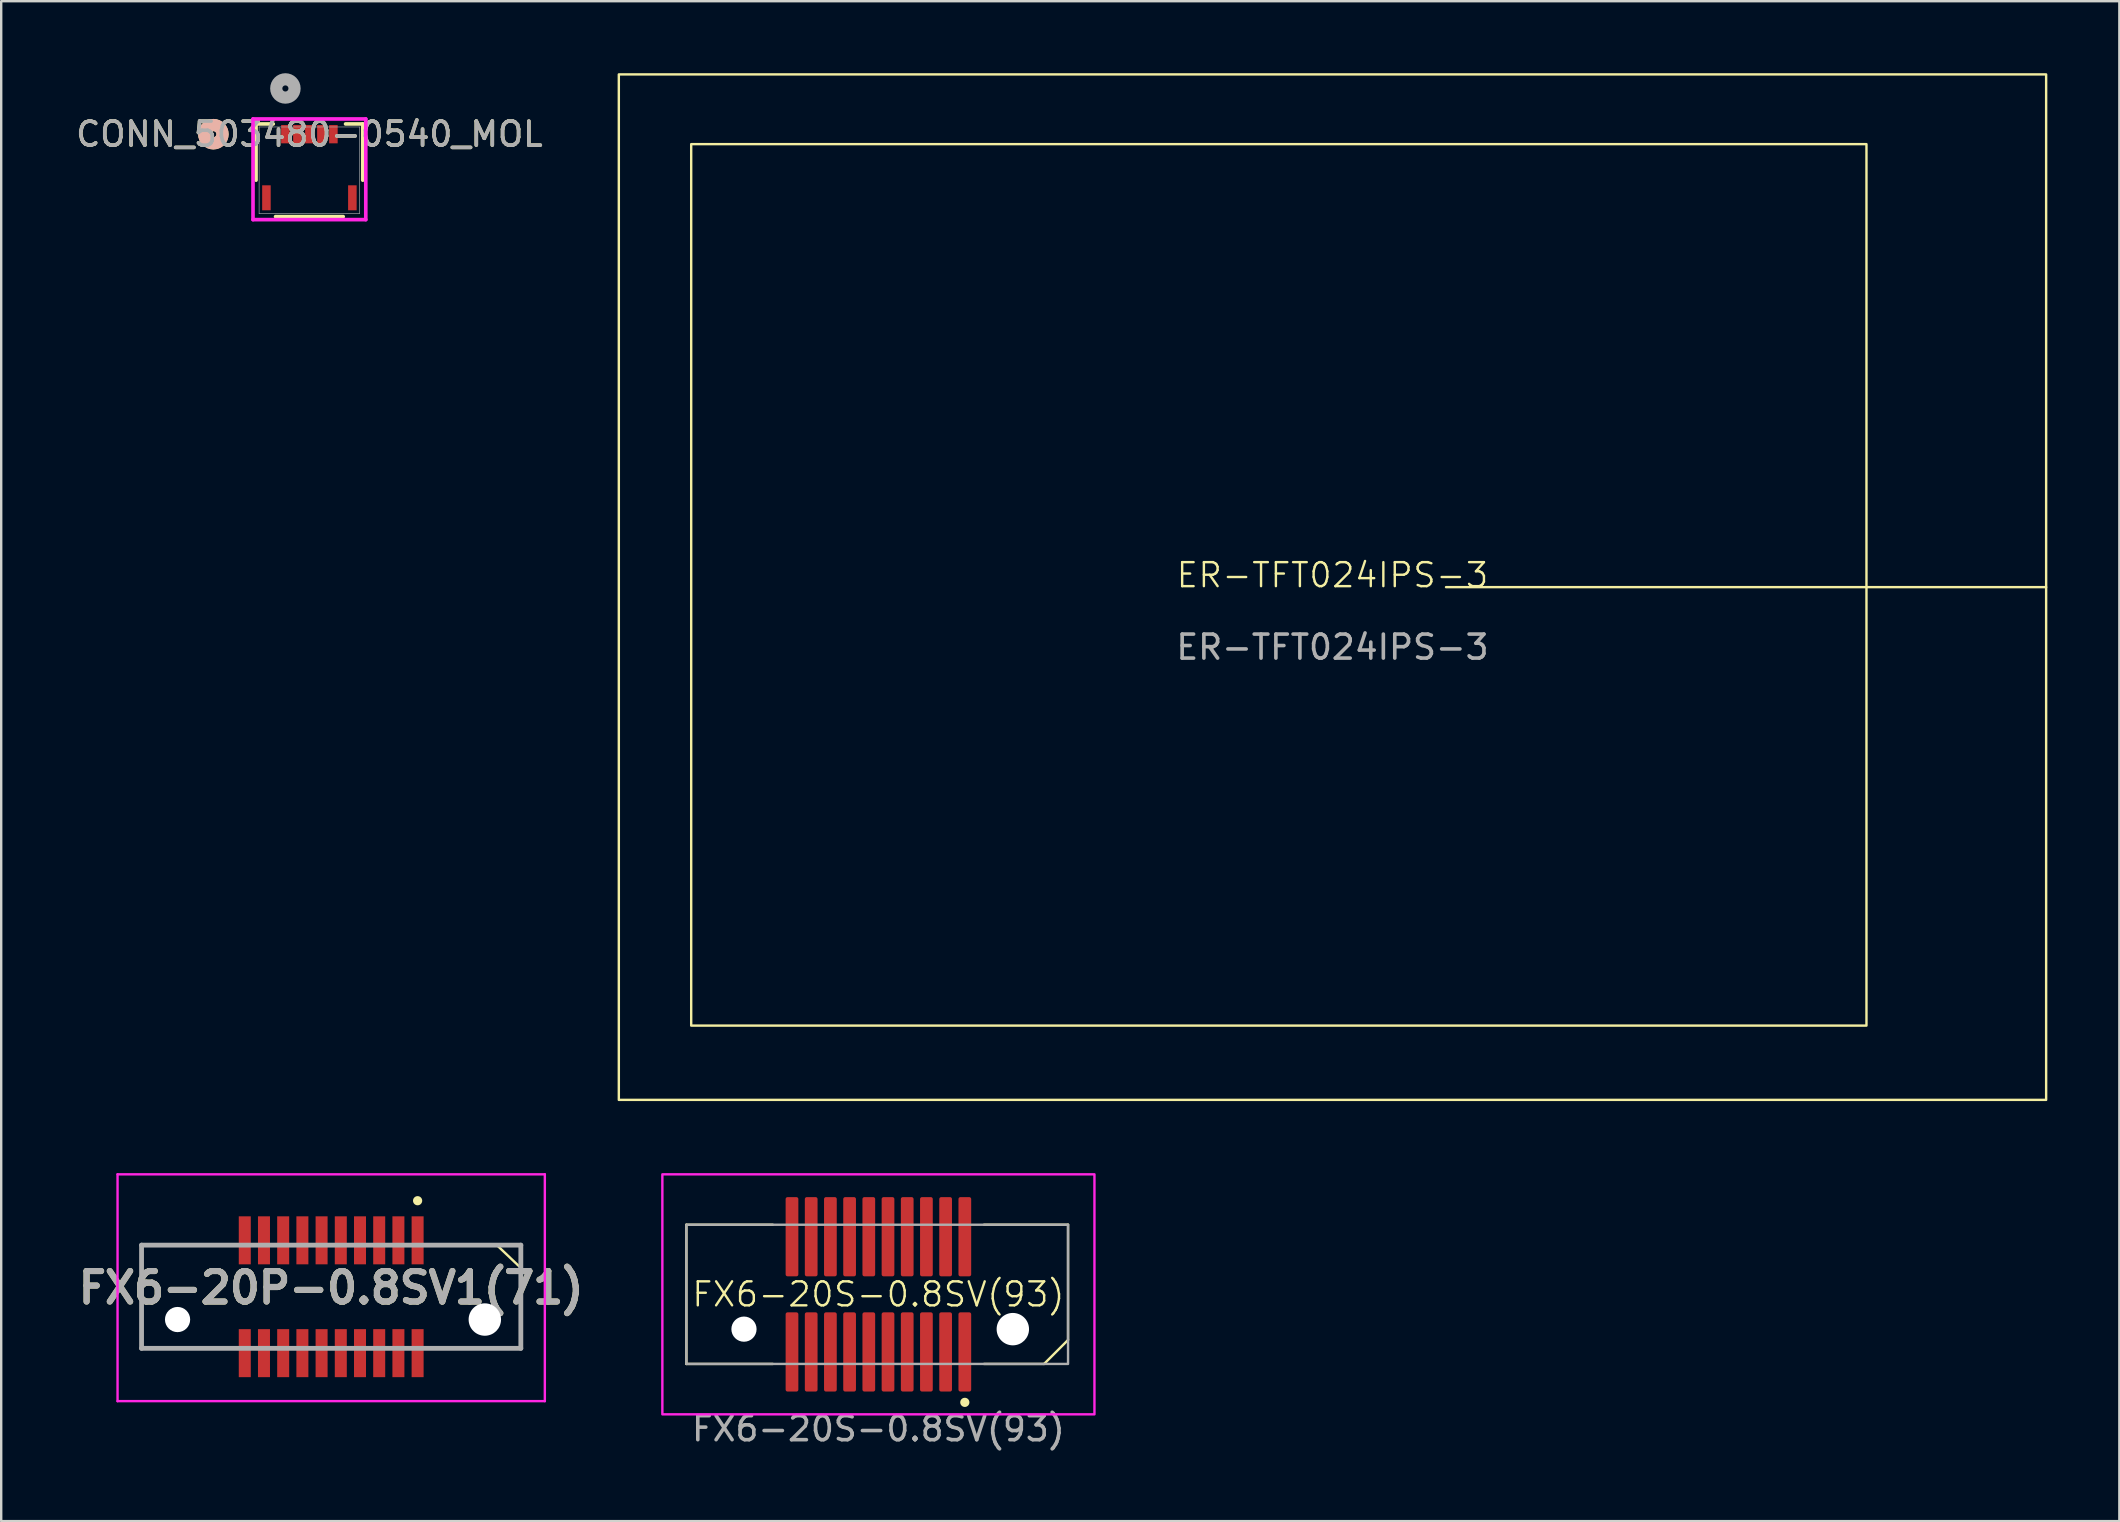
<source format=kicad_pcb>
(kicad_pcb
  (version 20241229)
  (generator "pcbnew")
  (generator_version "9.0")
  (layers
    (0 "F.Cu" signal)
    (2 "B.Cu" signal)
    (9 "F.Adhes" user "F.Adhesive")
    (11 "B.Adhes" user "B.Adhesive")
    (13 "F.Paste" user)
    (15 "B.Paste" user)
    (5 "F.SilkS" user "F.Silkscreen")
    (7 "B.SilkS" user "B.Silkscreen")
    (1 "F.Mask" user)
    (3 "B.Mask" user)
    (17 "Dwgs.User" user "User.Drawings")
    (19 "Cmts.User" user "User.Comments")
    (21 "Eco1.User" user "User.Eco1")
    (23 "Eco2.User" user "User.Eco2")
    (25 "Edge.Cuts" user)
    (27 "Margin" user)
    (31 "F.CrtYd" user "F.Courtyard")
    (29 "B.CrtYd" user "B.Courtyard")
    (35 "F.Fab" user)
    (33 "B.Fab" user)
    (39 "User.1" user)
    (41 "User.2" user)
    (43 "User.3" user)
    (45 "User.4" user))
  (footprint "FX6-20S-0.8SV(93)"
    (layer "F.Cu")
    (at 33.543 50.87)
    (property "Reference" "FX6-20S-0.8SV(93)" (at 0 0 0) (unlocked yes) (layer "F.SilkS") (effects (font (size 1 1) (thickness 0.1))))
    (attr smd)
    (fp_line (start -8 -2.9) (end -4.4 -2.9) (stroke (width 0.1) (type solid)) (layer "F.SilkS"))
    (fp_line (start -8 2.9) (end -8 -2.9) (stroke (width 0.1) (type default)) (layer "F.SilkS"))
    (fp_line (start -8 2.9) (end -4.4 2.9) (stroke (width 0.1) (type default)) (layer "F.SilkS"))
    (fp_line (start 4.4 -2.9) (end 7.9 -2.9) (stroke (width 0.1) (type solid)) (layer "F.SilkS"))
    (fp_line (start 4.4 2.9) (end 6.9 2.9) (stroke (width 0.1) (type default)) (layer "F.SilkS"))
    (fp_line (start 6.9 2.9) (end 7.9 1.9) (stroke (width 0.1) (type default)) (layer "F.SilkS"))
    (fp_line (start 7.9 1.9) (end 7.9 -2.9) (stroke (width 0.1) (type default)) (layer "F.SilkS"))
    (fp_circle (center 3.6 4.5) (end 3.7 4.6) (stroke (width 0.1) (type solid)) (fill yes) (layer "F.SilkS"))
    (fp_rect (start -9 -5) (end 9 5) (stroke (width 0.1) (type solid)) (fill no) (layer "F.CrtYd"))
    (fp_rect (start -8 -2.9) (end 7.9 2.9) (stroke (width 0.1) (type solid)) (fill no) (layer "F.Fab"))
    (fp_text user "${REFERENCE}" (at 0 5.6 0) (unlocked yes) (layer "F.Fab") (effects (font (size 1 1) (thickness 0.15))))
    (pad "" np_thru_hole circle (at -5.6 1.45) (size 1.05 1.05) (drill 1.05) (layers "*.Cu" "*.Mask"))
    (pad "" np_thru_hole circle (at 5.6 1.45) (size 1.35 1.35) (drill 1.35) (layers "*.Cu" "*.Mask"))
    (pad "1" smd roundrect (at 3.6 2.4) (size 0.53 3.3) (layers "F.Cu" "F.Mask" "F.Paste") (roundrect_rratio 0.15))
    (pad "2" smd roundrect (at 3.6 -2.4) (size 0.53 3.3) (layers "F.Cu" "F.Mask" "F.Paste") (roundrect_rratio 0.15))
    (pad "3" smd roundrect (at 2.8 2.4) (size 0.53 3.3) (layers "F.Cu" "F.Mask" "F.Paste") (roundrect_rratio 0.15))
    (pad "4" smd roundrect (at 2.8 -2.4) (size 0.53 3.3) (layers "F.Cu" "F.Mask" "F.Paste") (roundrect_rratio 0.15))
    (pad "5" smd roundrect (at 2 2.4) (size 0.53 3.3) (layers "F.Cu" "F.Mask" "F.Paste") (roundrect_rratio 0.15))
    (pad "6" smd roundrect (at 2 -2.4) (size 0.53 3.3) (layers "F.Cu" "F.Mask" "F.Paste") (roundrect_rratio 0.15))
    (pad "7" smd roundrect (at 1.2 2.4) (size 0.53 3.3) (layers "F.Cu" "F.Mask" "F.Paste") (roundrect_rratio 0.15))
    (pad "8" smd roundrect (at 1.2 -2.4) (size 0.53 3.3) (layers "F.Cu" "F.Mask" "F.Paste") (roundrect_rratio 0.15))
    (pad "9" smd roundrect (at 0.4 2.4) (size 0.53 3.3) (layers "F.Cu" "F.Mask" "F.Paste") (roundrect_rratio 0.15))
    (pad "10" smd roundrect (at 0.4 -2.4) (size 0.53 3.3) (layers "F.Cu" "F.Mask" "F.Paste") (roundrect_rratio 0.15))
    (pad "11" smd roundrect (at -0.4 2.4) (size 0.53 3.3) (layers "F.Cu" "F.Mask" "F.Paste") (roundrect_rratio 0.15))
    (pad "12" smd roundrect (at -0.4 -2.4) (size 0.53 3.3) (layers "F.Cu" "F.Mask" "F.Paste") (roundrect_rratio 0.15))
    (pad "13" smd roundrect (at -1.2 2.4) (size 0.53 3.3) (layers "F.Cu" "F.Mask" "F.Paste") (roundrect_rratio 0.15))
    (pad "14" smd roundrect (at -1.2 -2.4) (size 0.53 3.3) (layers "F.Cu" "F.Mask" "F.Paste") (roundrect_rratio 0.15))
    (pad "15" smd roundrect (at -2 2.4) (size 0.53 3.3) (layers "F.Cu" "F.Mask" "F.Paste") (roundrect_rratio 0.15))
    (pad "16" smd roundrect (at -2 -2.4) (size 0.53 3.3) (layers "F.Cu" "F.Mask" "F.Paste") (roundrect_rratio 0.15))
    (pad "17" smd roundrect (at -2.8 2.4) (size 0.53 3.3) (layers "F.Cu" "F.Mask" "F.Paste") (roundrect_rratio 0.15))
    (pad "18" smd roundrect (at -2.8 -2.4) (size 0.53 3.3) (layers "F.Cu" "F.Mask" "F.Paste") (roundrect_rratio 0.15))
    (pad "19" smd roundrect (at -3.6 2.4) (size 0.53 3.3) (layers "F.Cu" "F.Mask" "F.Paste") (roundrect_rratio 0.15))
    (pad "20" smd roundrect (at -3.6 -2.4) (size 0.53 3.3) (layers "F.Cu" "F.Mask" "F.Paste") (roundrect_rratio 0.15)))
  (footprint "CONN_503480-0540_MOL"
    (layer "F.Cu")
    (at 9.839 4.043)
    (property "Reference" "CONN_503480-0540_MOL" (at 0 -1.503 0) (unlocked yes) (layer "F.SilkS") (effects (font (size 1 1) (thickness 0.15))))
    (attr smd)
    (fp_line (start -2.223 -1.93) (end -2.223 0.412) (stroke (width 0.152) (type solid)) (layer "F.SilkS"))
    (fp_line (start -1.507 -1.93) (end -2.223 -1.93) (stroke (width 0.152) (type solid)) (layer "F.SilkS"))
    (fp_line (start -1.409 1.93) (end 1.409 1.93) (stroke (width 0.152) (type solid)) (layer "F.SilkS"))
    (fp_line (start 2.223 -1.93) (end 1.507 -1.93) (stroke (width 0.152) (type solid)) (layer "F.SilkS"))
    (fp_line (start 2.223 0.412) (end 2.223 -1.93) (stroke (width 0.152) (type solid)) (layer "F.SilkS"))
    (fp_circle (center -4 -1.503) (end -3.619 -1.503) (stroke (width 0.508) (type solid)) (fill no) (layer "F.SilkS"))
    (fp_circle (center -4 -1.503) (end -3.619 -1.503) (stroke (width 0.508) (type solid)) (fill no) (layer "B.SilkS"))
    (fp_line (start -2.349 -2.138) (end -2.349 2.057) (stroke (width 0.152) (type solid)) (layer "F.CrtYd"))
    (fp_line (start -2.349 2.057) (end 2.349 2.057) (stroke (width 0.152) (type solid)) (layer "F.CrtYd"))
    (fp_line (start 2.349 -2.138) (end -2.349 -2.138) (stroke (width 0.152) (type solid)) (layer "F.CrtYd"))
    (fp_line (start 2.349 2.057) (end 2.349 -2.138) (stroke (width 0.152) (type solid)) (layer "F.CrtYd"))
    (fp_line (start -2.095 -1.803) (end -2.095 1.803) (stroke (width 0.025) (type solid)) (layer "F.Fab"))
    (fp_line (start -2.095 1.803) (end 2.095 1.803) (stroke (width 0.025) (type solid)) (layer "F.Fab"))
    (fp_line (start 2.095 -1.803) (end -2.095 -1.803) (stroke (width 0.025) (type solid)) (layer "F.Fab"))
    (fp_line (start 2.095 1.803) (end 2.095 -1.803) (stroke (width 0.025) (type solid)) (layer "F.Fab"))
    (fp_circle (center -1 -3.408) (end -0.619 -3.408) (stroke (width 0.508) (type solid)) (fill no) (layer "F.Fab"))
    (fp_text user "${REFERENCE}" (at 0 -1.503 0) (unlocked yes) (layer "F.Fab") (effects (font (size 1 1) (thickness 0.15))))
    (pad "1" smd rect (at -1 -1.503) (size 0.356 0.762) (layers "F.Cu" "F.Mask" "F.Paste"))
    (pad "2" smd rect (at -0.5 -1.503) (size 0.356 0.762) (layers "F.Cu" "F.Mask" "F.Paste"))
    (pad "3" smd rect (at 0 -1.503) (size 0.356 0.762) (layers "F.Cu" "F.Mask" "F.Paste"))
    (pad "4" smd rect (at 0.5 -1.503) (size 0.356 0.762) (layers "F.Cu" "F.Mask" "F.Paste"))
    (pad "5" smd rect (at 1 -1.503) (size 0.356 0.762) (layers "F.Cu" "F.Mask" "F.Paste"))
    (pad "6" smd rect (at -1.79 1.147) (size 0.356 1.041) (layers "F.Cu" "F.Mask" "F.Paste"))
    (pad "7" smd rect (at 1.79 1.147) (size 0.356 1.041) (layers "F.Cu" "F.Mask" "F.Paste")))
  (footprint "ER-TFT024IPS-3"
    (layer "F.Cu")
    (at 52.459 21.41)
    (property "Reference" "ER-TFT024IPS-3" (at 0 -0.5 0) (unlocked yes) (layer "F.SilkS") (effects (font (size 1 1) (thickness 0.1))))
    (attr smd)
    (fp_line (start 29.73 0) (end 4.73 0) (stroke (width 0.1) (type solid)) (layer "F.SilkS"))
    (fp_rect (start -29.73 -21.36) (end 29.73 21.36) (stroke (width 0.1) (type solid)) (fill no) (layer "F.SilkS"))
    (fp_rect (start -26.715 -18.455) (end 22.245 18.265) (stroke (width 0.1) (type solid)) (fill no) (layer "F.SilkS"))
    (fp_text user "${REFERENCE}" (at 0 2.5 0) (unlocked yes) (layer "F.Fab") (effects (font (size 1 1) (thickness 0.15)))))
  (footprint "FX6-20P-0.8SV1(71)"
    (layer "F.Cu")
    (at 10.747 50.97)
    (property "Reference" "FX6-20P-0.8SV1(71)" (at 0 -0.375 0) (layer "F.SilkS") (effects (font (size 1.27 1.27) (thickness 0.254))))
    (attr through_hole)
    (fp_line (start -7.9 -2.15) (end -7.9 -2.15) (stroke (width 0.1) (type solid)) (layer "F.SilkS"))
    (fp_line (start -7.9 -2.15) (end -7.9 -2.15) (stroke (width 0.1) (type solid)) (layer "F.SilkS"))
    (fp_line (start -7.9 -2.15) (end -7.9 2.15) (stroke (width 0.1) (type solid)) (layer "F.SilkS"))
    (fp_line (start -7.9 -2.15) (end -4.5 -2.15) (stroke (width 0.1) (type solid)) (layer "F.SilkS"))
    (fp_line (start -7.9 2.15) (end -7.9 -2.15) (stroke (width 0.1) (type solid)) (layer "F.SilkS"))
    (fp_line (start -7.9 2.15) (end -7.9 2.15) (stroke (width 0.1) (type solid)) (layer "F.SilkS"))
    (fp_line (start -7.9 2.15) (end -7.9 2.15) (stroke (width 0.1) (type solid)) (layer "F.SilkS"))
    (fp_line (start -7.9 2.15) (end -4.5 2.15) (stroke (width 0.1) (type solid)) (layer "F.SilkS"))
    (fp_line (start -4.5 -2.15) (end -7.9 -2.15) (stroke (width 0.1) (type solid)) (layer "F.SilkS"))
    (fp_line (start -4.5 -2.15) (end -4.5 -2.15) (stroke (width 0.1) (type solid)) (layer "F.SilkS"))
    (fp_line (start -4.5 2.15) (end -7.9 2.15) (stroke (width 0.1) (type solid)) (layer "F.SilkS"))
    (fp_line (start -4.5 2.15) (end -4.5 2.15) (stroke (width 0.1) (type solid)) (layer "F.SilkS"))
    (fp_line (start 4.5 -2.15) (end 4.5 -2.15) (stroke (width 0.1) (type solid)) (layer "F.SilkS"))
    (fp_line (start 4.5 -2.15) (end 6.9 -2.15) (stroke (width 0.1) (type solid)) (layer "F.SilkS"))
    (fp_line (start 4.5 2.15) (end 4.5 2.15) (stroke (width 0.1) (type solid)) (layer "F.SilkS"))
    (fp_line (start 4.5 2.15) (end 7.9 2.15) (stroke (width 0.1) (type solid)) (layer "F.SilkS"))
    (fp_line (start 6.9 -2.15) (end 4.5 -2.15) (stroke (width 0.1) (type solid)) (layer "F.SilkS"))
    (fp_line (start 6.9 -2.15) (end 7.9 -1.2) (stroke (width 0.1) (type default)) (layer "F.SilkS"))
    (fp_line (start 7.9 -1.2) (end 7.9 2.15) (stroke (width 0.1) (type solid)) (layer "F.SilkS"))
    (fp_line (start 7.9 2.15) (end 4.5 2.15) (stroke (width 0.1) (type solid)) (layer "F.SilkS"))
    (fp_line (start 7.9 2.15) (end 7.9 -1.2) (stroke (width 0.1) (type solid)) (layer "F.SilkS"))
    (fp_line (start 7.9 2.15) (end 7.9 2.15) (stroke (width 0.1) (type solid)) (layer "F.SilkS"))
    (fp_line (start 7.9 2.15) (end 7.9 2.15) (stroke (width 0.1) (type solid)) (layer "F.SilkS"))
    (fp_circle (center 3.6 -4) (end 3.7 -3.9) (stroke (width 0.1) (type solid)) (fill yes) (layer "F.SilkS"))
    (fp_line (start -8.9 -5.1) (end 8.9 -5.1) (stroke (width 0.1) (type solid)) (layer "F.CrtYd"))
    (fp_line (start -8.9 4.35) (end -8.9 -5.1) (stroke (width 0.1) (type solid)) (layer "F.CrtYd"))
    (fp_line (start 8.9 -5.1) (end 8.9 4.35) (stroke (width 0.1) (type solid)) (layer "F.CrtYd"))
    (fp_line (start 8.9 4.35) (end -8.9 4.35) (stroke (width 0.1) (type solid)) (layer "F.CrtYd"))
    (fp_line (start -7.9 -2.15) (end -7.9 2.15) (stroke (width 0.2) (type solid)) (layer "F.Fab"))
    (fp_line (start -7.9 2.15) (end 7.9 2.15) (stroke (width 0.2) (type solid)) (layer "F.Fab"))
    (fp_line (start 7.9 -2.15) (end -7.9 -2.15) (stroke (width 0.2) (type solid)) (layer "F.Fab"))
    (fp_line (start 7.9 2.15) (end 7.9 -2.15) (stroke (width 0.2) (type solid)) (layer "F.Fab"))
    (fp_text user "${REFERENCE}" (at 0 -0.375 0) (layer "F.Fab") (effects (font (size 1.27 1.27) (thickness 0.254))))
    (pad "" np_thru_hole circle (at -6.4 0.95) (size 1.05 1.05) (drill 1.05) (layers "*.Cu" "*.Mask"))
    (pad "" np_thru_hole circle (at 6.4 0.95) (size 1.35 1.35) (drill 1.35) (layers "*.Cu" "*.Mask"))
    (pad "1" smd rect (at 3.6 -2.35) (size 0.5 2) (layers "F.Cu" "F.Mask" "F.Paste"))
    (pad "2" smd rect (at 3.6 2.35) (size 0.5 2) (layers "F.Cu" "F.Mask" "F.Paste"))
    (pad "3" smd rect (at 2.8 -2.35) (size 0.5 2) (layers "F.Cu" "F.Mask" "F.Paste"))
    (pad "4" smd rect (at 2.8 2.35) (size 0.5 2) (layers "F.Cu" "F.Mask" "F.Paste"))
    (pad "5" smd rect (at 2 -2.35) (size 0.5 2) (layers "F.Cu" "F.Mask" "F.Paste"))
    (pad "6" smd rect (at 2 2.35) (size 0.5 2) (layers "F.Cu" "F.Mask" "F.Paste"))
    (pad "7" smd rect (at 1.2 -2.35) (size 0.5 2) (layers "F.Cu" "F.Mask" "F.Paste"))
    (pad "8" smd rect (at 1.2 2.35) (size 0.5 2) (layers "F.Cu" "F.Mask" "F.Paste"))
    (pad "9" smd rect (at 0.4 -2.35) (size 0.5 2) (layers "F.Cu" "F.Mask" "F.Paste"))
    (pad "10" smd rect (at 0.4 2.35) (size 0.5 2) (layers "F.Cu" "F.Mask" "F.Paste"))
    (pad "11" smd rect (at -0.4 -2.35) (size 0.5 2) (layers "F.Cu" "F.Mask" "F.Paste"))
    (pad "12" smd rect (at -0.4 2.35) (size 0.5 2) (layers "F.Cu" "F.Mask" "F.Paste"))
    (pad "13" smd rect (at -1.2 -2.35) (size 0.5 2) (layers "F.Cu" "F.Mask" "F.Paste"))
    (pad "14" smd rect (at -1.2 2.35) (size 0.5 2) (layers "F.Cu" "F.Mask" "F.Paste"))
    (pad "15" smd rect (at -2 -2.35) (size 0.5 2) (layers "F.Cu" "F.Mask" "F.Paste"))
    (pad "16" smd rect (at -2 2.35) (size 0.5 2) (layers "F.Cu" "F.Mask" "F.Paste"))
    (pad "17" smd rect (at -2.8 -2.35) (size 0.5 2) (layers "F.Cu" "F.Mask" "F.Paste"))
    (pad "18" smd rect (at -2.8 2.35) (size 0.5 2) (layers "F.Cu" "F.Mask" "F.Paste"))
    (pad "19" smd rect (at -3.6 -2.35) (size 0.5 2) (layers "F.Cu" "F.Mask" "F.Paste"))
    (pad "20" smd rect (at -3.6 2.35) (size 0.5 2) (layers "F.Cu" "F.Mask" "F.Paste")))
  (gr_rect
    (start -3 -3)
    (end 85.239 60.318)
    (stroke (width 0.1) (type default))
    (fill no)
    (layer "Edge.Cuts")))
</source>
